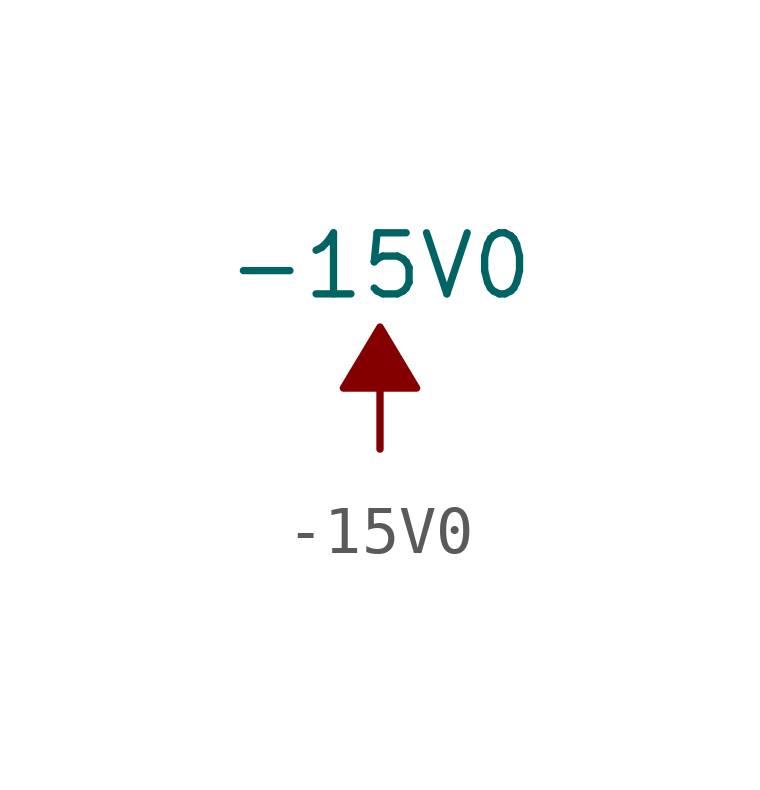
<source format=kicad_sym>
(kicad_symbol_lib
  (version 20211014)
  (generator kicad_symbol_editor)
  (symbol "-15V0"
    (power)
    (pin_names
      (offset 0))
    (property "Reference" "#PWR"
      (at 0 2.54 0)
      (effects (font (size 1.27 1.27)) hide))
    (property "Value" "-15V0"
      (at 0 3.81 0)
      (effects (font (size 1.27 1.27))))
    (symbol "-15V0_0_0"
      (pin power_in line (at 0 0 90) (length 0) hide (name "-15V" (effects (font (size 1.27 1.27)))) (number "1" (effects (font (size 1.27 1.27))))))
    (symbol "-15V0_0_1"
      (polyline (pts (xy 0 0) (xy 0 1.27) (xy 0.762 1.27) (xy 0 2.54) (xy -0.762 1.27) (xy 0 1.27)) (stroke (width 0) (type default) (color 0 0 0 0)) (fill (type outline))))))
</source>
